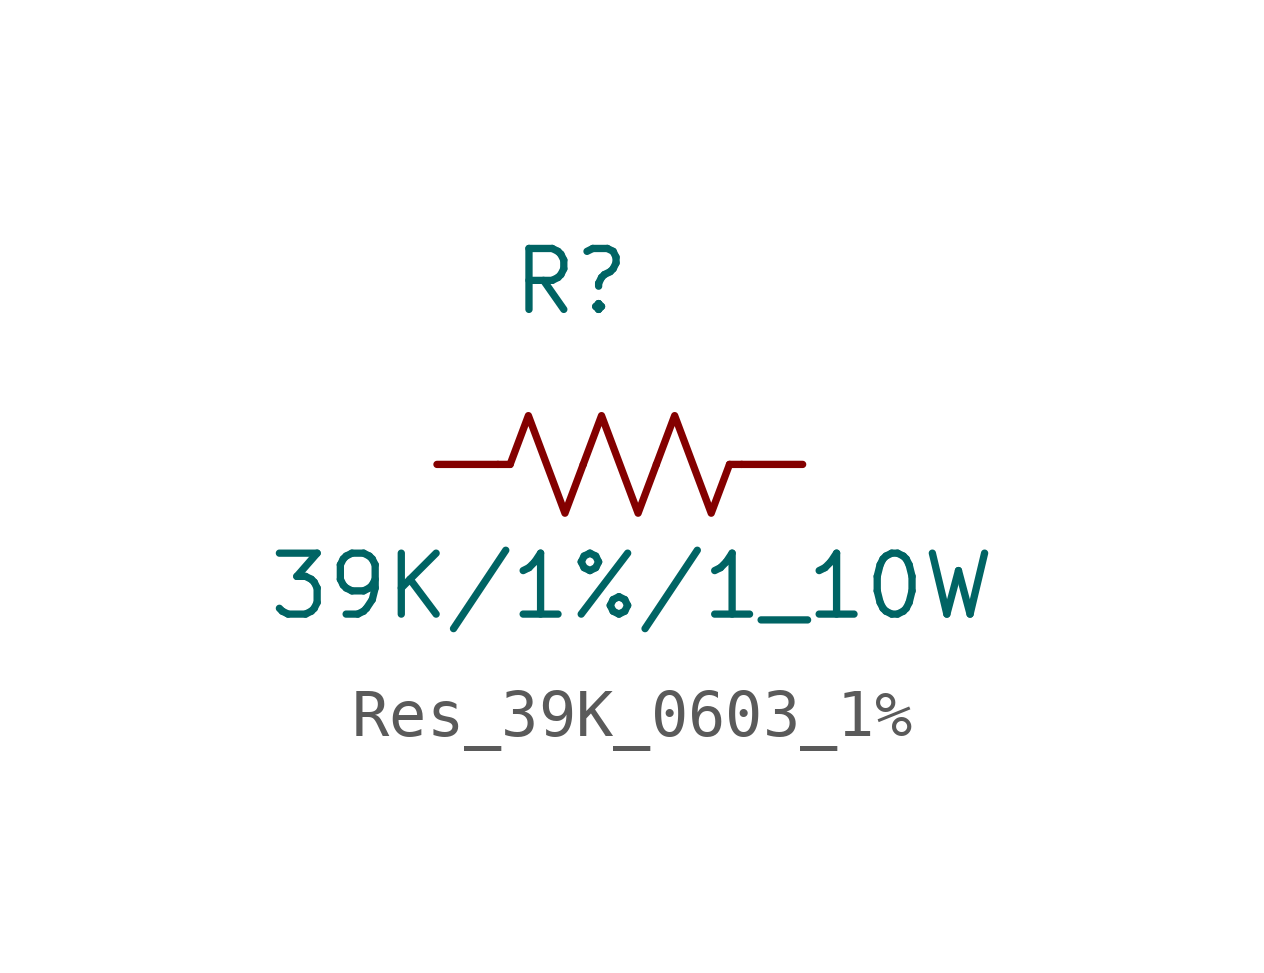
<source format=kicad_sym>
(kicad_symbol_lib
  (version 20231120)
  (generator "kicad_symbol_editor")
  (generator_version "8.0")
  (symbol "Res_39K_0603_1%"
    (pin_numbers hide)
    (pin_names hide)
    (property "Reference" "R"
      (at 2.794 3.81 0)
      (effects (font (size 1.27 1.27))))
    (property "Value" "39K/1%/1_10W"
      (at 4.064 -2.54 0)
      (effects (font (size 1.27 1.27))))
    (symbol "Res_39K_0603_1%_0_1"
      (polyline (pts (xy 1.524 0) (xy 1.27 0)) (stroke (width 0) (type default)) (fill (type none)))
      (polyline (pts (xy 6.096 0) (xy 6.35 0)) (stroke (width 0) (type default)) (fill (type none)))
      (polyline (pts (xy 1.524 0) (xy 1.905 1.016) (xy 2.286 0) (xy 2.667 -1.016) (xy 3.048 0)) (stroke (width 0) (type default)) (fill (type none)))
      (polyline (pts (xy 3.048 0) (xy 3.429 1.016) (xy 3.81 0) (xy 4.191 -1.016) (xy 4.572 0)) (stroke (width 0) (type default)) (fill (type none)))
      (polyline (pts (xy 4.572 0) (xy 4.953 1.016) (xy 5.334 0) (xy 5.715 -1.016) (xy 6.096 0)) (stroke (width 0) (type default)) (fill (type none))))
    (symbol "Res_39K_0603_1%_1_1"
      (pin passive line (at 0 0 0) (length 1.27) (name "~" (effects (font (size 1.27 1.27)))) (number "1" (effects (font (size 1.27 1.27)))))
      (pin passive line (at 7.62 0 180) (length 1.27) (name "~" (effects (font (size 1.27 1.27)))) (number "2" (effects (font (size 1.27 1.27))))))))
</source>
